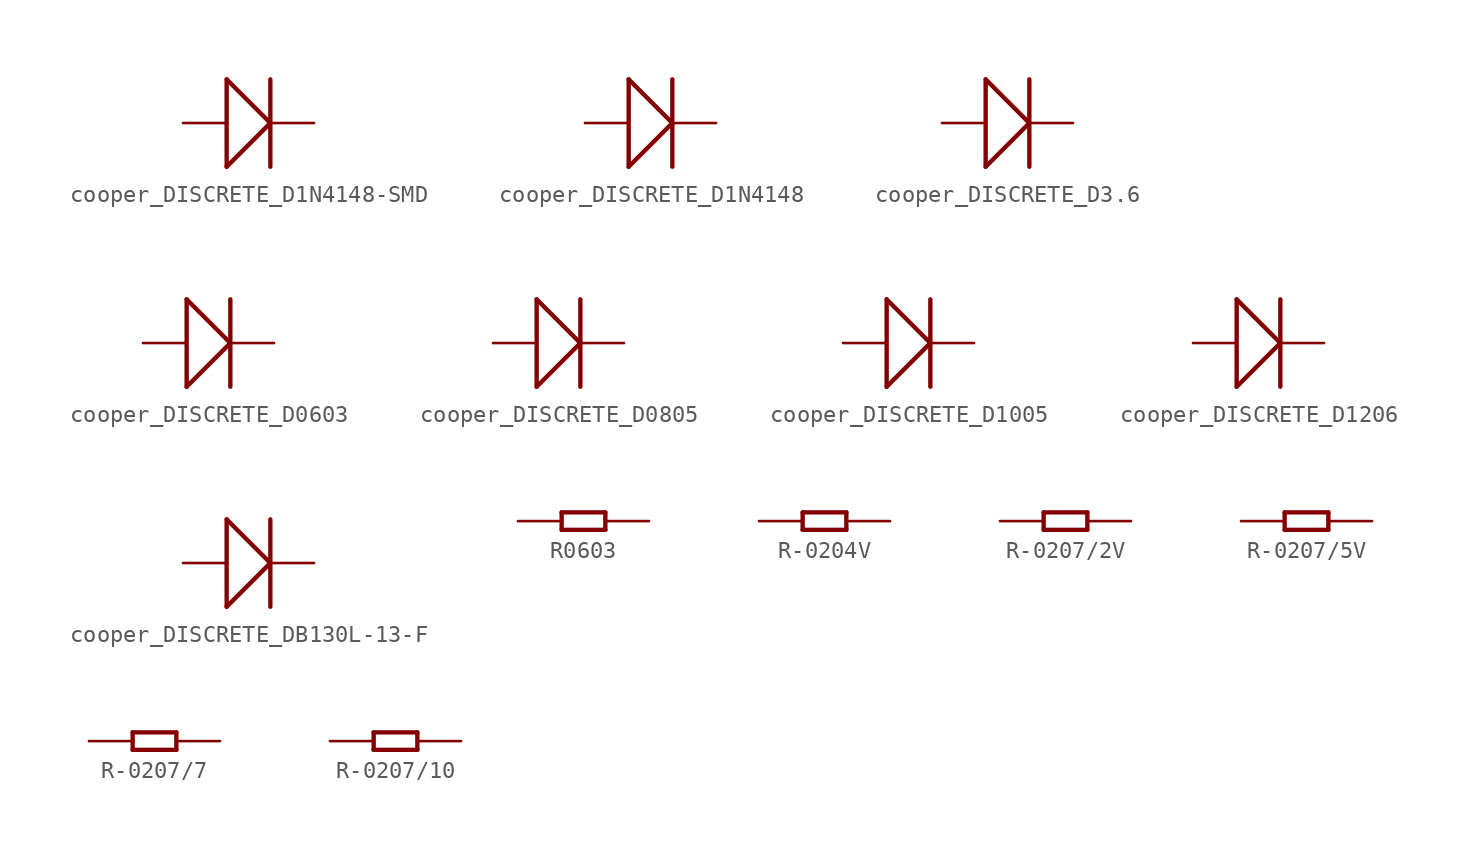
<source format=kicad_sym>
(kicad_symbol_lib
  (version 20231120)
  (generator "kicad_symbol_editor")
  (generator_version "8.0")
  (symbol "cooper_DISCRETE_D1N4148-SMD"
    (property "Reference" "D"
      (at -8.89 0 0)
      (effects (font (size 1.778 1.511)) (justify left bottom) (hide yes)))
    (property "ki_locked" ""
      (at 0 0 0)
      (effects (font (size 1.27 1.27))))
    (symbol "cooper_DISCRETE_D1N4148-SMD_1_0"
      (polyline (pts (xy -1.27 -2.54) (xy -1.27 2.54)) (stroke (width 0.254) (type solid)) (fill (type none)))
      (polyline (pts (xy -1.27 -2.54) (xy 1.27 0)) (stroke (width 0.254) (type solid)) (fill (type none)))
      (polyline (pts (xy -1.27 2.54) (xy 1.27 0)) (stroke (width 0.254) (type solid)) (fill (type none)))
      (polyline (pts (xy 1.27 2.54) (xy 1.27 -2.54)) (stroke (width 0.254) (type solid)) (fill (type none)))
      (pin passive line (at -3.81 0 0) (length 2.54) (name "+" (effects (font (size 0 0)))) (number "A" (effects (font (size 0 0)))))
      (pin passive line (at 3.81 0 180) (length 2.54) (name "-" (effects (font (size 0 0)))) (number "C" (effects (font (size 0 0)))))))
  (symbol "cooper_DISCRETE_D1N4148"
    (property "Reference" "D"
      (at -8.89 0 0)
      (effects (font (size 1.778 1.511)) (justify left bottom) (hide yes)))
    (property "ki_locked" ""
      (at 0 0 0)
      (effects (font (size 1.27 1.27))))
    (symbol "cooper_DISCRETE_D1N4148_1_0"
      (polyline (pts (xy -1.27 -2.54) (xy -1.27 2.54)) (stroke (width 0.254) (type solid)) (fill (type none)))
      (polyline (pts (xy -1.27 -2.54) (xy 1.27 0)) (stroke (width 0.254) (type solid)) (fill (type none)))
      (polyline (pts (xy -1.27 2.54) (xy 1.27 0)) (stroke (width 0.254) (type solid)) (fill (type none)))
      (polyline (pts (xy 1.27 2.54) (xy 1.27 -2.54)) (stroke (width 0.254) (type solid)) (fill (type none)))
      (pin passive line (at -3.81 0 0) (length 2.54) (name "+" (effects (font (size 0 0)))) (number "A" (effects (font (size 0 0)))))
      (pin passive line (at 3.81 0 180) (length 2.54) (name "-" (effects (font (size 0 0)))) (number "C" (effects (font (size 0 0)))))))
  (symbol "cooper_DISCRETE_D3.6"
    (property "Reference" "D"
      (at -8.89 0 0)
      (effects (font (size 1.778 1.511)) (justify left bottom) (hide yes)))
    (property "ki_locked" ""
      (at 0 0 0)
      (effects (font (size 1.27 1.27))))
    (symbol "cooper_DISCRETE_D3.6_1_0"
      (polyline (pts (xy -1.27 -2.54) (xy -1.27 2.54)) (stroke (width 0.254) (type solid)) (fill (type none)))
      (polyline (pts (xy -1.27 -2.54) (xy 1.27 0)) (stroke (width 0.254) (type solid)) (fill (type none)))
      (polyline (pts (xy -1.27 2.54) (xy 1.27 0)) (stroke (width 0.254) (type solid)) (fill (type none)))
      (polyline (pts (xy 1.27 2.54) (xy 1.27 -2.54)) (stroke (width 0.254) (type solid)) (fill (type none)))
      (pin passive line (at -3.81 0 0) (length 2.54) (name "+" (effects (font (size 0 0)))) (number "1" (effects (font (size 0 0)))))
      (pin passive line (at 3.81 0 180) (length 2.54) (name "-" (effects (font (size 0 0)))) (number "2" (effects (font (size 0 0)))))))
  (symbol "cooper_DISCRETE_D0603"
    (property "Reference" "D"
      (at -8.89 0 0)
      (effects (font (size 1.778 1.511)) (justify left bottom) (hide yes)))
    (property "ki_locked" ""
      (at 0 0 0)
      (effects (font (size 1.27 1.27))))
    (symbol "cooper_DISCRETE_D0603_1_0"
      (polyline (pts (xy -1.27 -2.54) (xy -1.27 2.54)) (stroke (width 0.254) (type solid)) (fill (type none)))
      (polyline (pts (xy -1.27 -2.54) (xy 1.27 0)) (stroke (width 0.254) (type solid)) (fill (type none)))
      (polyline (pts (xy -1.27 2.54) (xy 1.27 0)) (stroke (width 0.254) (type solid)) (fill (type none)))
      (polyline (pts (xy 1.27 2.54) (xy 1.27 -2.54)) (stroke (width 0.254) (type solid)) (fill (type none)))
      (pin passive line (at -3.81 0 0) (length 2.54) (name "+" (effects (font (size 0 0)))) (number "+" (effects (font (size 0 0)))))
      (pin passive line (at 3.81 0 180) (length 2.54) (name "-" (effects (font (size 0 0)))) (number "-" (effects (font (size 0 0)))))))
  (symbol "cooper_DISCRETE_D0805"
    (property "Reference" "D"
      (at -8.89 0 0)
      (effects (font (size 1.778 1.511)) (justify left bottom) (hide yes)))
    (property "ki_locked" ""
      (at 0 0 0)
      (effects (font (size 1.27 1.27))))
    (symbol "cooper_DISCRETE_D0805_1_0"
      (polyline (pts (xy -1.27 -2.54) (xy -1.27 2.54)) (stroke (width 0.254) (type solid)) (fill (type none)))
      (polyline (pts (xy -1.27 -2.54) (xy 1.27 0)) (stroke (width 0.254) (type solid)) (fill (type none)))
      (polyline (pts (xy -1.27 2.54) (xy 1.27 0)) (stroke (width 0.254) (type solid)) (fill (type none)))
      (polyline (pts (xy 1.27 2.54) (xy 1.27 -2.54)) (stroke (width 0.254) (type solid)) (fill (type none)))
      (pin passive line (at -3.81 0 0) (length 2.54) (name "+" (effects (font (size 0 0)))) (number "+" (effects (font (size 0 0)))))
      (pin passive line (at 3.81 0 180) (length 2.54) (name "-" (effects (font (size 0 0)))) (number "-" (effects (font (size 0 0)))))))
  (symbol "cooper_DISCRETE_D1005"
    (property "Reference" "D"
      (at -8.89 0 0)
      (effects (font (size 1.778 1.511)) (justify left bottom) (hide yes)))
    (property "ki_locked" ""
      (at 0 0 0)
      (effects (font (size 1.27 1.27))))
    (symbol "cooper_DISCRETE_D1005_1_0"
      (polyline (pts (xy -1.27 -2.54) (xy -1.27 2.54)) (stroke (width 0.254) (type solid)) (fill (type none)))
      (polyline (pts (xy -1.27 -2.54) (xy 1.27 0)) (stroke (width 0.254) (type solid)) (fill (type none)))
      (polyline (pts (xy -1.27 2.54) (xy 1.27 0)) (stroke (width 0.254) (type solid)) (fill (type none)))
      (polyline (pts (xy 1.27 2.54) (xy 1.27 -2.54)) (stroke (width 0.254) (type solid)) (fill (type none)))
      (pin passive line (at -3.81 0 0) (length 2.54) (name "+" (effects (font (size 0 0)))) (number "+" (effects (font (size 0 0)))))
      (pin passive line (at 3.81 0 180) (length 2.54) (name "-" (effects (font (size 0 0)))) (number "-" (effects (font (size 0 0)))))))
  (symbol "cooper_DISCRETE_D1206"
    (property "Reference" "D"
      (at -8.89 0 0)
      (effects (font (size 1.778 1.511)) (justify left bottom) (hide yes)))
    (property "ki_locked" ""
      (at 0 0 0)
      (effects (font (size 1.27 1.27))))
    (symbol "cooper_DISCRETE_D1206_1_0"
      (polyline (pts (xy -1.27 -2.54) (xy -1.27 2.54)) (stroke (width 0.254) (type solid)) (fill (type none)))
      (polyline (pts (xy -1.27 -2.54) (xy 1.27 0)) (stroke (width 0.254) (type solid)) (fill (type none)))
      (polyline (pts (xy -1.27 2.54) (xy 1.27 0)) (stroke (width 0.254) (type solid)) (fill (type none)))
      (polyline (pts (xy 1.27 2.54) (xy 1.27 -2.54)) (stroke (width 0.254) (type solid)) (fill (type none)))
      (pin passive line (at -3.81 0 0) (length 2.54) (name "+" (effects (font (size 0 0)))) (number "+" (effects (font (size 0 0)))))
      (pin passive line (at 3.81 0 180) (length 2.54) (name "-" (effects (font (size 0 0)))) (number "-" (effects (font (size 0 0)))))))
  (symbol "cooper_DISCRETE_DB130L-13-F"
    (property "Reference" "D"
      (at -8.89 0 0)
      (effects (font (size 1.778 1.511)) (justify left bottom) (hide yes)))
    (property "ki_locked" ""
      (at 0 0 0)
      (effects (font (size 1.27 1.27))))
    (symbol "cooper_DISCRETE_DB130L-13-F_1_0"
      (polyline (pts (xy -1.27 -2.54) (xy -1.27 2.54)) (stroke (width 0.254) (type solid)) (fill (type none)))
      (polyline (pts (xy -1.27 -2.54) (xy 1.27 0)) (stroke (width 0.254) (type solid)) (fill (type none)))
      (polyline (pts (xy -1.27 2.54) (xy 1.27 0)) (stroke (width 0.254) (type solid)) (fill (type none)))
      (polyline (pts (xy 1.27 2.54) (xy 1.27 -2.54)) (stroke (width 0.254) (type solid)) (fill (type none)))
      (pin passive line (at 3.81 0 180) (length 2.54) (name "-" (effects (font (size 0 0)))) (number "1" (effects (font (size 0 0)))))
      (pin passive line (at -3.81 0 0) (length 2.54) (name "+" (effects (font (size 0 0)))) (number "2" (effects (font (size 0 0)))))))
  (symbol "R0603"
    (property "Reference" "R"
      (at -4.064 1.778 0)
      (effects (font (size 1.27 1.079)) (justify left bottom) (hide yes)))
    (property "ki_locked" ""
      (at 0 0 0)
      (effects (font (size 1.27 1.27))))
    (symbol "R0603_1_0"
      (polyline (pts (xy -1.27 -0.508) (xy -1.27 0.508)) (stroke (width 0.254) (type solid)) (fill (type none)))
      (polyline (pts (xy -1.27 0.508) (xy 1.27 0.508)) (stroke (width 0.254) (type solid)) (fill (type none)))
      (polyline (pts (xy 1.27 -0.508) (xy -1.27 -0.508)) (stroke (width 0.254) (type solid)) (fill (type none)))
      (polyline (pts (xy 1.27 0.508) (xy 1.27 -0.508)) (stroke (width 0.254) (type solid)) (fill (type none)))
      (pin passive line (at -3.81 0 0) (length 2.54) (name "1" (effects (font (size 0 0)))) (number "1" (effects (font (size 0 0)))))
      (pin passive line (at 3.81 0 180) (length 2.54) (name "2" (effects (font (size 0 0)))) (number "2" (effects (font (size 0 0)))))))
  (symbol "R-0204V"
    (property "Reference" "R"
      (at -3.81 0 0)
      (effects (font (size 1.27 1.079)) (justify left bottom) (hide yes)))
    (property "ki_locked" ""
      (at 0 0 0)
      (effects (font (size 1.27 1.27))))
    (symbol "R-0204V_1_0"
      (polyline (pts (xy -1.27 -0.508) (xy -1.27 0.508)) (stroke (width 0.254) (type solid)) (fill (type none)))
      (polyline (pts (xy -1.27 0.508) (xy 1.27 0.508)) (stroke (width 0.254) (type solid)) (fill (type none)))
      (polyline (pts (xy 1.27 -0.508) (xy -1.27 -0.508)) (stroke (width 0.254) (type solid)) (fill (type none)))
      (polyline (pts (xy 1.27 0.508) (xy 1.27 -0.508)) (stroke (width 0.254) (type solid)) (fill (type none)))
      (pin passive line (at -3.81 0 0) (length 2.54) (name "1" (effects (font (size 0 0)))) (number "1" (effects (font (size 0 0)))))
      (pin passive line (at 3.81 0 180) (length 2.54) (name "2" (effects (font (size 0 0)))) (number "2" (effects (font (size 0 0)))))))
  (symbol "R-0207/2V"
    (property "Reference" "R"
      (at -3.81 0 0)
      (effects (font (size 1.27 1.079)) (justify left bottom) (hide yes)))
    (property "ki_locked" ""
      (at 0 0 0)
      (effects (font (size 1.27 1.27))))
    (symbol "R-0207/2V_1_0"
      (polyline (pts (xy -1.27 -0.508) (xy -1.27 0.508)) (stroke (width 0.254) (type solid)) (fill (type none)))
      (polyline (pts (xy -1.27 0.508) (xy 1.27 0.508)) (stroke (width 0.254) (type solid)) (fill (type none)))
      (polyline (pts (xy 1.27 -0.508) (xy -1.27 -0.508)) (stroke (width 0.254) (type solid)) (fill (type none)))
      (polyline (pts (xy 1.27 0.508) (xy 1.27 -0.508)) (stroke (width 0.254) (type solid)) (fill (type none)))
      (pin passive line (at -3.81 0 0) (length 2.54) (name "1" (effects (font (size 0 0)))) (number "1" (effects (font (size 0 0)))))
      (pin passive line (at 3.81 0 180) (length 2.54) (name "2" (effects (font (size 0 0)))) (number "2" (effects (font (size 0 0)))))))
  (symbol "R-0207/5V"
    (property "Reference" "R"
      (at -3.81 0 0)
      (effects (font (size 1.27 1.079)) (justify left bottom) (hide yes)))
    (property "ki_locked" ""
      (at 0 0 0)
      (effects (font (size 1.27 1.27))))
    (symbol "R-0207/5V_1_0"
      (polyline (pts (xy -1.27 -0.508) (xy -1.27 0.508)) (stroke (width 0.254) (type solid)) (fill (type none)))
      (polyline (pts (xy -1.27 0.508) (xy 1.27 0.508)) (stroke (width 0.254) (type solid)) (fill (type none)))
      (polyline (pts (xy 1.27 -0.508) (xy -1.27 -0.508)) (stroke (width 0.254) (type solid)) (fill (type none)))
      (polyline (pts (xy 1.27 0.508) (xy 1.27 -0.508)) (stroke (width 0.254) (type solid)) (fill (type none)))
      (pin passive line (at -3.81 0 0) (length 2.54) (name "1" (effects (font (size 0 0)))) (number "1" (effects (font (size 0 0)))))
      (pin passive line (at 3.81 0 180) (length 2.54) (name "2" (effects (font (size 0 0)))) (number "2" (effects (font (size 0 0)))))))
  (symbol "R-0207/7"
    (property "Reference" "R"
      (at -3.81 0 0)
      (effects (font (size 1.27 1.079)) (justify left bottom) (hide yes)))
    (property "ki_locked" ""
      (at 0 0 0)
      (effects (font (size 1.27 1.27))))
    (symbol "R-0207/7_1_0"
      (polyline (pts (xy -1.27 -0.508) (xy -1.27 0.508)) (stroke (width 0.254) (type solid)) (fill (type none)))
      (polyline (pts (xy -1.27 0.508) (xy 1.27 0.508)) (stroke (width 0.254) (type solid)) (fill (type none)))
      (polyline (pts (xy 1.27 -0.508) (xy -1.27 -0.508)) (stroke (width 0.254) (type solid)) (fill (type none)))
      (polyline (pts (xy 1.27 0.508) (xy 1.27 -0.508)) (stroke (width 0.254) (type solid)) (fill (type none)))
      (pin passive line (at -3.81 0 0) (length 2.54) (name "1" (effects (font (size 0 0)))) (number "1" (effects (font (size 0 0)))))
      (pin passive line (at 3.81 0 180) (length 2.54) (name "2" (effects (font (size 0 0)))) (number "2" (effects (font (size 0 0)))))))
  (symbol "R-0207/10"
    (property "Reference" "R"
      (at -3.81 0 0)
      (effects (font (size 1.27 1.079)) (justify left bottom) (hide yes)))
    (property "ki_locked" ""
      (at 0 0 0)
      (effects (font (size 1.27 1.27))))
    (symbol "R-0207/10_1_0"
      (polyline (pts (xy -1.27 -0.508) (xy -1.27 0.508)) (stroke (width 0.254) (type solid)) (fill (type none)))
      (polyline (pts (xy -1.27 0.508) (xy 1.27 0.508)) (stroke (width 0.254) (type solid)) (fill (type none)))
      (polyline (pts (xy 1.27 -0.508) (xy -1.27 -0.508)) (stroke (width 0.254) (type solid)) (fill (type none)))
      (polyline (pts (xy 1.27 0.508) (xy 1.27 -0.508)) (stroke (width 0.254) (type solid)) (fill (type none)))
      (pin passive line (at -3.81 0 0) (length 2.54) (name "1" (effects (font (size 0 0)))) (number "1" (effects (font (size 0 0)))))
      (pin passive line (at 3.81 0 180) (length 2.54) (name "2" (effects (font (size 0 0)))) (number "2" (effects (font (size 0 0))))))))
</source>
